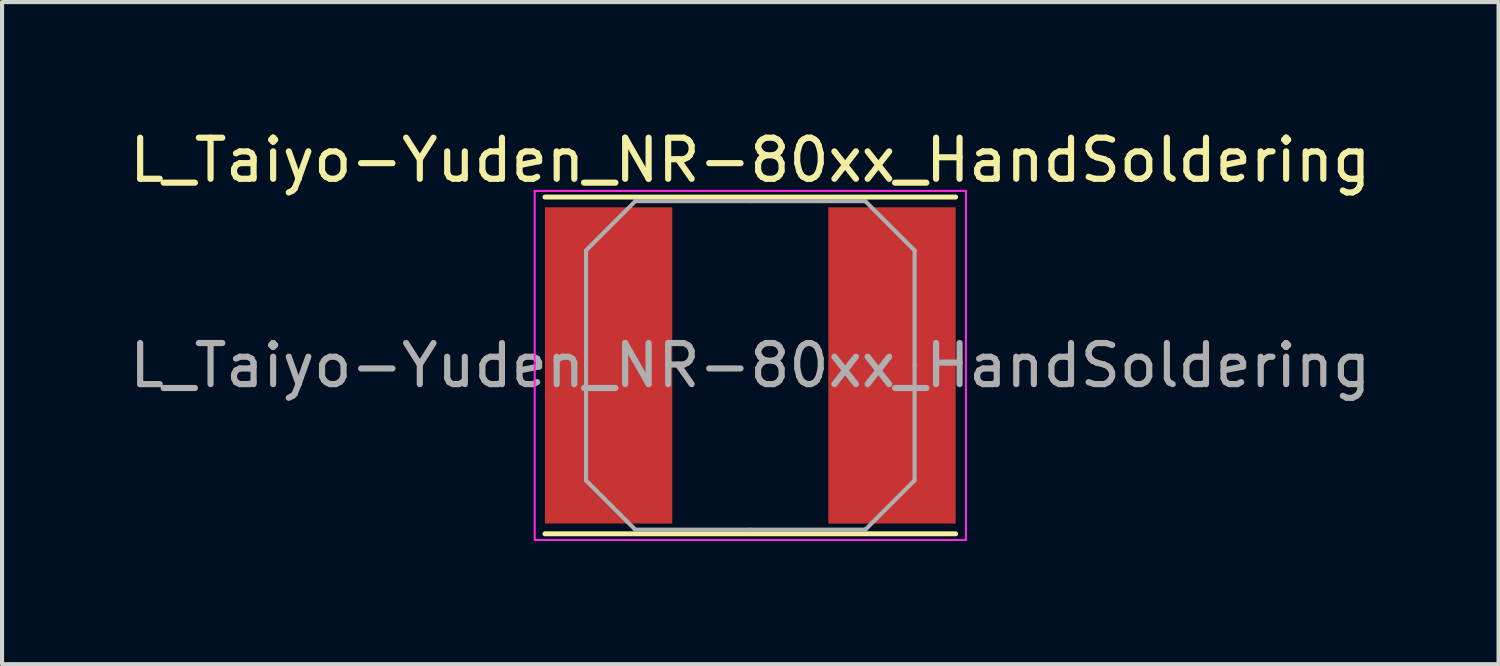
<source format=kicad_pcb>
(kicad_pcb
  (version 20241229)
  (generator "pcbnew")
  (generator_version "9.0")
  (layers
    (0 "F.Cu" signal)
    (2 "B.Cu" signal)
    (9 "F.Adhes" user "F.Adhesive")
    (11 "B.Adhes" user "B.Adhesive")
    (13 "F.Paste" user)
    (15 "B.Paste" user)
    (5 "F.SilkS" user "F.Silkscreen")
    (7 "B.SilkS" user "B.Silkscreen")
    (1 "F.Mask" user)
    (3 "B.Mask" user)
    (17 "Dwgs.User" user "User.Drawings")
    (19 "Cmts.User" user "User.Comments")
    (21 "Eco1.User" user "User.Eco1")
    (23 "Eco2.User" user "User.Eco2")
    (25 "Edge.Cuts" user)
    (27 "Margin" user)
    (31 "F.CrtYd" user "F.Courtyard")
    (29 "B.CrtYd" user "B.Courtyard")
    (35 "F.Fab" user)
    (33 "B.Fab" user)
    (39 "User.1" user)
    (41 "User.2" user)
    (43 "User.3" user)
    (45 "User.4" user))
  (footprint "L_Taiyo-Yuden_NR-80xx_HandSoldering"
    (layer "F.Cu")
    (at 15.22 5.848)
    (property "Reference" "L_Taiyo-Yuden_NR-80xx_HandSoldering" (at 0 -5 0) (layer "F.SilkS") (effects (font (size 1 1) (thickness 0.15))))
    (attr smd)
    (fp_line (start -5 -4.1) (end 5 -4.1) (stroke (width 0.12) (type solid)) (layer "F.SilkS"))
    (fp_line (start -5 4.1) (end 5 4.1) (stroke (width 0.12) (type solid)) (layer "F.SilkS"))
    (fp_line (start -5.25 -4.25) (end -5.25 4.25) (stroke (width 0.05) (type solid)) (layer "F.CrtYd"))
    (fp_line (start -5.25 4.25) (end 5.25 4.25) (stroke (width 0.05) (type solid)) (layer "F.CrtYd"))
    (fp_line (start 5.25 -4.25) (end -5.25 -4.25) (stroke (width 0.05) (type solid)) (layer "F.CrtYd"))
    (fp_line (start 5.25 4.25) (end 5.25 -4.25) (stroke (width 0.05) (type solid)) (layer "F.CrtYd"))
    (fp_line (start -4 -2.8) (end -2.8 -4) (stroke (width 0.1) (type solid)) (layer "F.Fab"))
    (fp_line (start -4 0) (end -4 -2.8) (stroke (width 0.1) (type solid)) (layer "F.Fab"))
    (fp_line (start -4 0) (end -4 2.8) (stroke (width 0.1) (type solid)) (layer "F.Fab"))
    (fp_line (start -4 2.8) (end -2.8 4) (stroke (width 0.1) (type solid)) (layer "F.Fab"))
    (fp_line (start -2.8 -4) (end 0 -4) (stroke (width 0.1) (type solid)) (layer "F.Fab"))
    (fp_line (start -2.8 4) (end 0 4) (stroke (width 0.1) (type solid)) (layer "F.Fab"))
    (fp_line (start 2.8 -4) (end 0 -4) (stroke (width 0.1) (type solid)) (layer "F.Fab"))
    (fp_line (start 2.8 4) (end 0 4) (stroke (width 0.1) (type solid)) (layer "F.Fab"))
    (fp_line (start 4 -2.8) (end 2.8 -4) (stroke (width 0.1) (type solid)) (layer "F.Fab"))
    (fp_line (start 4 0) (end 4 -2.8) (stroke (width 0.1) (type solid)) (layer "F.Fab"))
    (fp_line (start 4 0) (end 4 2.8) (stroke (width 0.1) (type solid)) (layer "F.Fab"))
    (fp_line (start 4 2.8) (end 2.8 4) (stroke (width 0.1) (type solid)) (layer "F.Fab"))
    (fp_text user "${REFERENCE}" (at 0 0 0) (layer "F.Fab") (effects (font (size 1 1) (thickness 0.15))))
    (pad "1" smd rect (at -3.45 0) (size 3.1 7.7) (layers "F.Cu" "F.Mask" "F.Paste"))
    (pad "2" smd rect (at 3.45 0) (size 3.1 7.7) (layers "F.Cu" "F.Mask" "F.Paste")))
  (gr_rect
    (start -3 -3)
    (end 33.44 13.123)
    (stroke (width 0.1) (type default))
    (fill no)
    (layer "Edge.Cuts")))
</source>
